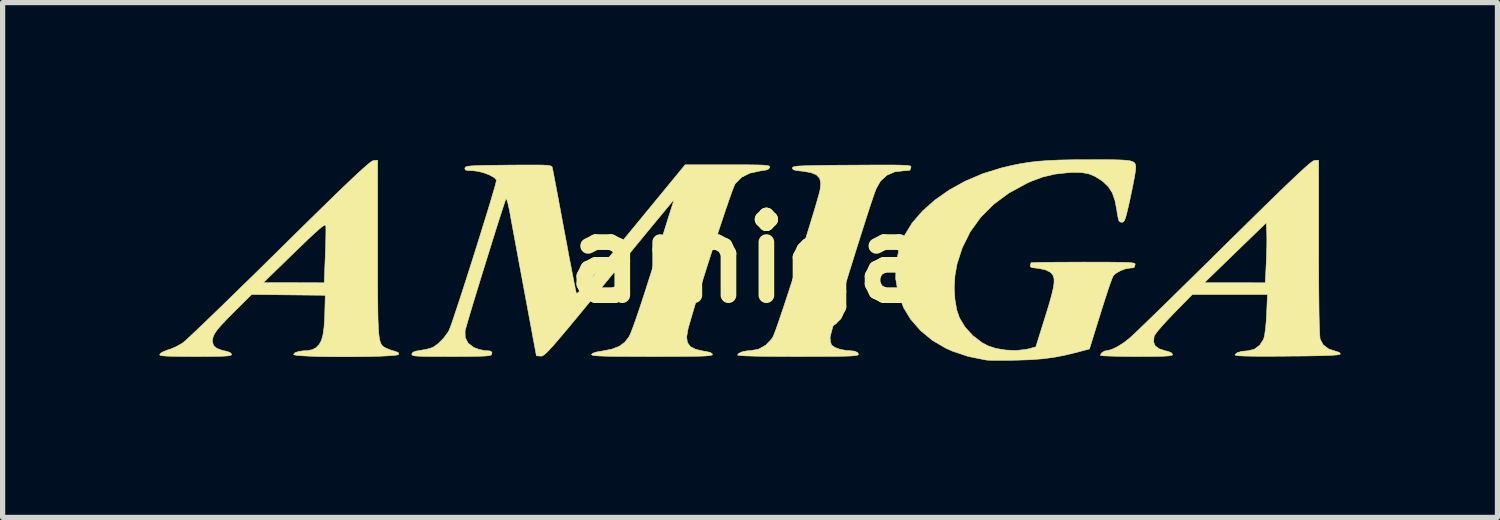
<source format=kicad_pcb>
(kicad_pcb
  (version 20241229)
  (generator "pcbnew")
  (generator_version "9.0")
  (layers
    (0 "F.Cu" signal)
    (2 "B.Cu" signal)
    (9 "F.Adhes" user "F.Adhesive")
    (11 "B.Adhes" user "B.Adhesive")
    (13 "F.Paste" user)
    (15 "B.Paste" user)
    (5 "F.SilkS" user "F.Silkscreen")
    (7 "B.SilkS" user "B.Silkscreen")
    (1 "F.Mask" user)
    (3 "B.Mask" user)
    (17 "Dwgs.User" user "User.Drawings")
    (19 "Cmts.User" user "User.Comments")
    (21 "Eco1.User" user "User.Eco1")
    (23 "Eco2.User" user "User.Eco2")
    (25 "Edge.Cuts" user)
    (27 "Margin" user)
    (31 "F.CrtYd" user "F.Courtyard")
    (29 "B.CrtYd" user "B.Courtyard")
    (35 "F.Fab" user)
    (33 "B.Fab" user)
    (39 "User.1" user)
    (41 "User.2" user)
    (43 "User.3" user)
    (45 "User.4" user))
  (footprint "amiga"
    (layer "F.Cu")
    (at 11.288 1.909)
    (property "Reference" "amiga" (at 0 0 0) (layer "F.SilkS") (effects (font (size 1.524 1.524) (thickness 0.3))))
    (attr through_hole)
    (fp_poly (pts (xy 2.676 -1.802) (xy 2.821 -1.801) (xy 2.929 -1.798) (xy 3.005 -1.794) (xy 3.055 -1.789) (xy 3.083 -1.782) (xy 3.094 -1.772) (xy 3.093 -1.762) (xy 3.078 -1.717) (xy 3.076 -1.705) (xy 3.051 -1.698) (xy 2.989 -1.693) (xy 2.97 -1.693) (xy 2.782 -1.671) (xy 2.629 -1.604) (xy 2.508 -1.491) (xy 2.431 -1.356) (xy 2.404 -1.288) (xy 2.365 -1.175) (xy 2.315 -1.025) (xy 2.255 -0.842) (xy 2.189 -0.635) (xy 2.117 -0.408) (xy 2.041 -0.169) (xy 1.965 0.076) (xy 1.889 0.32) (xy 1.816 0.558) (xy 1.748 0.783) (xy 1.687 0.989) (xy 1.634 1.169) (xy 1.591 1.316) (xy 1.562 1.425) (xy 1.547 1.489) (xy 1.545 1.5) (xy 1.552 1.581) (xy 1.574 1.643) (xy 1.578 1.648) (xy 1.639 1.69) (xy 1.737 1.725) (xy 1.85 1.746) (xy 1.91 1.75) (xy 2.019 1.761) (xy 2.078 1.792) (xy 2.088 1.823) (xy 2.081 1.833) (xy 2.055 1.841) (xy 2.007 1.848) (xy 1.93 1.853) (xy 1.822 1.857) (xy 1.677 1.86) (xy 1.489 1.861) (xy 1.256 1.862) (xy 0.971 1.863) (xy 0.931 1.863) (xy 0.598 1.862) (xy 0.322 1.86) (xy 0.101 1.856) (xy -0.063 1.851) (xy -0.17 1.845) (xy -0.221 1.837) (xy -0.226 1.834) (xy -0.2 1.801) (xy -0.134 1.772) (xy -0.043 1.754) (xy 0.024 1.75) (xy 0.175 1.723) (xy 0.312 1.647) (xy 0.424 1.531) (xy 0.455 1.482) (xy 0.477 1.429) (xy 0.514 1.33) (xy 0.563 1.19) (xy 0.622 1.015) (xy 0.69 0.813) (xy 0.763 0.59) (xy 0.84 0.353) (xy 0.919 0.108) (xy 0.997 -0.138) (xy 1.073 -0.379) (xy 1.144 -0.608) (xy 1.208 -0.818) (xy 1.264 -1.002) (xy 1.308 -1.155) (xy 1.34 -1.269) (xy 1.355 -1.334) (xy 1.367 -1.457) (xy 1.345 -1.549) (xy 1.283 -1.614) (xy 1.176 -1.657) (xy 1.02 -1.683) (xy 0.996 -1.685) (xy 0.896 -1.697) (xy 0.842 -1.712) (xy 0.824 -1.734) (xy 0.825 -1.747) (xy 0.831 -1.758) (xy 0.85 -1.768) (xy 0.887 -1.775) (xy 0.945 -1.782) (xy 1.031 -1.786) (xy 1.15 -1.79) (xy 1.305 -1.793) (xy 1.504 -1.796) (xy 1.75 -1.798) (xy 1.972 -1.799) (xy 2.257 -1.801) (xy 2.49 -1.802) (xy 2.676 -1.802)) (stroke (width 0.01) (type solid)) (fill yes) (layer "F.SilkS"))
    (fp_poly (pts (xy 10.894 -0.233) (xy 10.895 0.166) (xy 10.896 0.517) (xy 10.899 0.818) (xy 10.902 1.069) (xy 10.907 1.267) (xy 10.913 1.412) (xy 10.919 1.503) (xy 10.924 1.533) (xy 10.982 1.64) (xy 11.086 1.718) (xy 11.223 1.763) (xy 11.288 1.784) (xy 11.31 1.812) (xy 11.31 1.815) (xy 11.291 1.824) (xy 11.239 1.833) (xy 11.151 1.839) (xy 11.022 1.845) (xy 10.849 1.849) (xy 10.628 1.853) (xy 10.355 1.855) (xy 10.289 1.856) (xy 10.013 1.858) (xy 9.789 1.858) (xy 9.613 1.857) (xy 9.48 1.854) (xy 9.386 1.85) (xy 9.326 1.844) (xy 9.297 1.836) (xy 9.292 1.829) (xy 9.332 1.791) (xy 9.418 1.765) (xy 9.54 1.753) (xy 9.542 1.753) (xy 9.663 1.723) (xy 9.766 1.646) (xy 9.84 1.532) (xy 9.84 1.531) (xy 9.859 1.459) (xy 9.876 1.342) (xy 9.89 1.19) (xy 9.898 1.056) (xy 9.915 0.677) (xy 8.476 0.677) (xy 8.12 1.04) (xy 8 1.166) (xy 7.896 1.28) (xy 7.814 1.376) (xy 7.762 1.446) (xy 7.746 1.477) (xy 7.735 1.58) (xy 7.764 1.656) (xy 7.838 1.713) (xy 7.961 1.754) (xy 8.008 1.764) (xy 8.072 1.788) (xy 8.1 1.821) (xy 8.1 1.823) (xy 8.092 1.835) (xy 8.064 1.845) (xy 8.011 1.852) (xy 7.926 1.857) (xy 7.802 1.861) (xy 7.635 1.862) (xy 7.417 1.863) (xy 7.408 1.863) (xy 7.218 1.862) (xy 7.047 1.859) (xy 6.904 1.855) (xy 6.797 1.851) (xy 6.732 1.845) (xy 6.717 1.84) (xy 6.741 1.794) (xy 6.797 1.758) (xy 6.841 1.75) (xy 6.928 1.73) (xy 7.042 1.676) (xy 7.17 1.595) (xy 7.283 1.506) (xy 7.327 1.466) (xy 7.407 1.39) (xy 7.521 1.28) (xy 7.665 1.141) (xy 7.836 0.975) (xy 8.031 0.785) (xy 8.245 0.575) (xy 8.371 0.451) (xy 8.707 0.451) (xy 9.289 0.451) (xy 9.872 0.452) (xy 9.891 0.078) (xy 9.898 -0.084) (xy 9.902 -0.247) (xy 9.903 -0.392) (xy 9.901 -0.497) (xy 9.892 -0.697) (xy 9.299 -0.123) (xy 8.707 0.451) (xy 8.371 0.451) (xy 8.476 0.348) (xy 8.721 0.107) (xy 8.976 -0.144) (xy 9.091 -0.258) (xy 9.398 -0.56) (xy 9.667 -0.825) (xy 9.901 -1.054) (xy 10.102 -1.25) (xy 10.273 -1.415) (xy 10.416 -1.551) (xy 10.533 -1.661) (xy 10.627 -1.747) (xy 10.699 -1.81) (xy 10.753 -1.854) (xy 10.791 -1.88) (xy 10.815 -1.89) (xy 10.82 -1.891) (xy 10.894 -1.891) (xy 10.894 -0.233)) (stroke (width 0.01) (type solid)) (fill yes) (layer "F.SilkS"))
    (fp_poly (pts (xy -7.112 -0.213) (xy -7.112 0.154) (xy -7.112 0.468) (xy -7.11 0.734) (xy -7.108 0.957) (xy -7.105 1.14) (xy -7.099 1.287) (xy -7.092 1.404) (xy -7.082 1.493) (xy -7.069 1.56) (xy -7.053 1.608) (xy -7.034 1.643) (xy -7.011 1.667) (xy -6.983 1.686) (xy -6.952 1.702) (xy -6.863 1.739) (xy -6.782 1.762) (xy -6.718 1.786) (xy -6.707 1.82) (xy -6.707 1.822) (xy -6.739 1.834) (xy -6.818 1.843) (xy -6.938 1.851) (xy -7.09 1.858) (xy -7.267 1.863) (xy -7.462 1.866) (xy -7.666 1.867) (xy -7.872 1.867) (xy -8.072 1.865) (xy -8.258 1.862) (xy -8.423 1.856) (xy -8.559 1.849) (xy -8.658 1.841) (xy -8.712 1.83) (xy -8.721 1.824) (xy -8.694 1.791) (xy -8.624 1.766) (xy -8.52 1.752) (xy -8.453 1.75) (xy -8.363 1.732) (xy -8.29 1.694) (xy -8.232 1.634) (xy -8.188 1.556) (xy -8.158 1.449) (xy -8.138 1.305) (xy -8.126 1.116) (xy -8.124 1.058) (xy -8.114 0.691) (xy -9.523 0.676) (xy -9.858 1.008) (xy -10.001 1.153) (xy -10.108 1.266) (xy -10.183 1.354) (xy -10.232 1.426) (xy -10.26 1.487) (xy -10.272 1.545) (xy -10.273 1.578) (xy -10.252 1.652) (xy -10.188 1.708) (xy -10.074 1.748) (xy -10.012 1.761) (xy -9.937 1.785) (xy -9.906 1.819) (xy -9.906 1.822) (xy -9.913 1.835) (xy -9.939 1.845) (xy -9.989 1.852) (xy -10.07 1.857) (xy -10.188 1.86) (xy -10.35 1.862) (xy -10.56 1.863) (xy -10.6 1.863) (xy -10.828 1.862) (xy -11.005 1.86) (xy -11.134 1.856) (xy -11.221 1.85) (xy -11.269 1.841) (xy -11.283 1.831) (xy -11.283 1.829) (xy -11.263 1.799) (xy -11.218 1.772) (xy -11.137 1.74) (xy -11.077 1.721) (xy -10.985 1.683) (xy -10.882 1.627) (xy -10.837 1.599) (xy -10.798 1.566) (xy -10.722 1.496) (xy -10.612 1.393) (xy -10.472 1.26) (xy -10.305 1.099) (xy -10.113 0.914) (xy -9.9 0.707) (xy -9.67 0.482) (xy -9.636 0.449) (xy -9.299 0.449) (xy -8.717 0.45) (xy -8.134 0.452) (xy -8.114 -0.064) (xy -8.108 -0.232) (xy -8.104 -0.385) (xy -8.102 -0.511) (xy -8.102 -0.6) (xy -8.104 -0.64) (xy -8.112 -0.652) (xy -8.134 -0.648) (xy -8.173 -0.622) (xy -8.233 -0.573) (xy -8.318 -0.497) (xy -8.433 -0.39) (xy -8.58 -0.248) (xy -8.707 -0.126) (xy -9.299 0.449) (xy -9.636 0.449) (xy -9.425 0.243) (xy -9.169 -0.009) (xy -8.993 -0.182) (xy -8.678 -0.493) (xy -8.401 -0.765) (xy -8.159 -1.002) (xy -7.951 -1.205) (xy -7.773 -1.377) (xy -7.624 -1.519) (xy -7.5 -1.635) (xy -7.401 -1.726) (xy -7.324 -1.794) (xy -7.266 -1.842) (xy -7.225 -1.871) (xy -7.199 -1.885) (xy -7.194 -1.886) (xy -7.112 -1.894) (xy -7.112 -0.213)) (stroke (width 0.01) (type solid)) (fill yes) (layer "F.SilkS"))
    (fp_poly (pts (xy 6.931 -1.903) (xy 7.086 -1.899) (xy 7.202 -1.893) (xy 7.285 -1.882) (xy 7.339 -1.865) (xy 7.372 -1.842) (xy 7.388 -1.812) (xy 7.394 -1.774) (xy 7.394 -1.74) (xy 7.388 -1.684) (xy 7.372 -1.584) (xy 7.347 -1.452) (xy 7.316 -1.298) (xy 7.291 -1.179) (xy 7.253 -1.007) (xy 7.223 -0.882) (xy 7.2 -0.797) (xy 7.18 -0.745) (xy 7.161 -0.717) (xy 7.14 -0.707) (xy 7.126 -0.706) (xy 7.095 -0.711) (xy 7.073 -0.734) (xy 7.057 -0.786) (xy 7.04 -0.877) (xy 7.032 -0.937) (xy 6.996 -1.124) (xy 6.946 -1.268) (xy 6.874 -1.382) (xy 6.774 -1.478) (xy 6.742 -1.503) (xy 6.618 -1.582) (xy 6.498 -1.632) (xy 6.363 -1.657) (xy 6.198 -1.66) (xy 6.11 -1.656) (xy 5.847 -1.627) (xy 5.61 -1.571) (xy 5.374 -1.482) (xy 5.308 -1.451) (xy 4.966 -1.265) (xy 4.673 -1.048) (xy 4.427 -0.801) (xy 4.227 -0.524) (xy 4.073 -0.214) (xy 3.974 0.094) (xy 3.935 0.312) (xy 3.921 0.543) (xy 3.934 0.769) (xy 3.97 0.975) (xy 4.02 1.121) (xy 4.127 1.299) (xy 4.276 1.462) (xy 4.452 1.597) (xy 4.565 1.658) (xy 4.721 1.709) (xy 4.908 1.739) (xy 5.103 1.747) (xy 5.284 1.729) (xy 5.344 1.716) (xy 5.482 1.679) (xy 5.663 1.101) (xy 5.732 0.876) (xy 5.782 0.698) (xy 5.815 0.559) (xy 5.831 0.455) (xy 5.831 0.377) (xy 5.816 0.319) (xy 5.785 0.275) (xy 5.751 0.245) (xy 5.662 0.203) (xy 5.538 0.177) (xy 5.517 0.175) (xy 5.425 0.164) (xy 5.381 0.149) (xy 5.373 0.125) (xy 5.375 0.121) (xy 5.389 0.078) (xy 5.39 0.068) (xy 5.418 0.066) (xy 5.495 0.063) (xy 5.616 0.061) (xy 5.774 0.059) (xy 5.964 0.058) (xy 6.178 0.057) (xy 6.395 0.056) (xy 6.661 0.057) (xy 6.876 0.057) (xy 7.044 0.059) (xy 7.172 0.061) (xy 7.265 0.065) (xy 7.327 0.071) (xy 7.364 0.078) (xy 7.381 0.087) (xy 7.384 0.098) (xy 7.383 0.101) (xy 7.368 0.146) (xy 7.366 0.158) (xy 7.342 0.166) (xy 7.296 0.169) (xy 7.201 0.184) (xy 7.098 0.223) (xy 7.009 0.274) (xy 6.963 0.32) (xy 6.944 0.363) (xy 6.911 0.452) (xy 6.867 0.579) (xy 6.816 0.735) (xy 6.759 0.913) (xy 6.716 1.05) (xy 6.508 1.718) (xy 6.295 1.775) (xy 6.055 1.834) (xy 5.836 1.877) (xy 5.619 1.906) (xy 5.385 1.924) (xy 5.114 1.933) (xy 5.108 1.933) (xy 4.941 1.936) (xy 4.787 1.936) (xy 4.659 1.936) (xy 4.568 1.933) (xy 4.53 1.93) (xy 4.188 1.861) (xy 3.88 1.758) (xy 3.756 1.702) (xy 3.502 1.553) (xy 3.277 1.367) (xy 3.088 1.151) (xy 2.954 0.931) (xy 2.85 0.658) (xy 2.801 0.377) (xy 2.806 0.09) (xy 2.866 -0.196) (xy 2.968 -0.452) (xy 3.114 -0.69) (xy 3.31 -0.917) (xy 3.549 -1.13) (xy 3.825 -1.323) (xy 4.132 -1.493) (xy 4.463 -1.634) (xy 4.811 -1.742) (xy 4.828 -1.747) (xy 5.013 -1.791) (xy 5.185 -1.826) (xy 5.353 -1.853) (xy 5.528 -1.873) (xy 5.719 -1.887) (xy 5.937 -1.897) (xy 6.191 -1.902) (xy 6.48 -1.903) (xy 6.731 -1.904) (xy 6.931 -1.903)) (stroke (width 0.01) (type solid)) (fill yes) (layer "F.SilkS"))
    (fp_poly (pts (xy -0.178 -1.806) (xy 0.007 -1.805) (xy 0.147 -1.803) (xy 0.25 -1.8) (xy 0.319 -1.795) (xy 0.362 -1.788) (xy 0.383 -1.779) (xy 0.39 -1.767) (xy 0.39 -1.757) (xy 0.37 -1.726) (xy 0.317 -1.705) (xy 0.221 -1.69) (xy 0.207 -1.688) (xy 0.008 -1.645) (xy -0.15 -1.565) (xy -0.266 -1.447) (xy -0.273 -1.438) (xy -0.294 -1.392) (xy -0.33 -1.298) (xy -0.378 -1.163) (xy -0.436 -0.994) (xy -0.503 -0.796) (xy -0.576 -0.576) (xy -0.654 -0.341) (xy -0.733 -0.097) (xy -0.812 0.15) (xy -0.889 0.394) (xy -0.962 0.627) (xy -1.029 0.843) (xy -1.087 1.037) (xy -1.135 1.201) (xy -1.171 1.329) (xy -1.176 1.349) (xy -1.199 1.489) (xy -1.185 1.595) (xy -1.13 1.671) (xy -1.029 1.724) (xy -0.878 1.759) (xy -0.84 1.764) (xy -0.746 1.785) (xy -0.707 1.814) (xy -0.706 1.822) (xy -0.712 1.832) (xy -0.735 1.841) (xy -0.78 1.847) (xy -0.85 1.853) (xy -0.951 1.857) (xy -1.088 1.859) (xy -1.266 1.861) (xy -1.489 1.862) (xy -1.761 1.863) (xy -1.863 1.863) (xy -2.156 1.862) (xy -2.397 1.861) (xy -2.591 1.86) (xy -2.742 1.857) (xy -2.856 1.853) (xy -2.935 1.848) (xy -2.986 1.842) (xy -3.013 1.833) (xy -3.02 1.825) (xy -2.994 1.799) (xy -2.917 1.775) (xy -2.808 1.757) (xy -2.627 1.721) (xy -2.49 1.668) (xy -2.386 1.592) (xy -2.304 1.488) (xy -2.273 1.424) (xy -2.228 1.308) (xy -2.169 1.144) (xy -2.097 0.932) (xy -2.013 0.677) (xy -1.918 0.38) (xy -1.845 0.15) (xy -1.767 -0.101) (xy -1.693 -0.336) (xy -1.626 -0.549) (xy -1.568 -0.735) (xy -1.52 -0.888) (xy -1.483 -1.002) (xy -1.461 -1.073) (xy -1.454 -1.094) (xy -1.447 -1.126) (xy -1.449 -1.129) (xy -1.467 -1.108) (xy -1.519 -1.046) (xy -1.6 -0.948) (xy -1.709 -0.817) (xy -1.841 -0.657) (xy -1.995 -0.47) (xy -2.167 -0.261) (xy -2.355 -0.033) (xy -2.554 0.211) (xy -2.682 0.367) (xy -2.923 0.659) (xy -3.13 0.911) (xy -3.306 1.125) (xy -3.455 1.305) (xy -3.579 1.452) (xy -3.68 1.571) (xy -3.762 1.665) (xy -3.827 1.736) (xy -3.877 1.787) (xy -3.915 1.821) (xy -3.944 1.842) (xy -3.967 1.853) (xy -3.985 1.856) (xy -3.992 1.855) (xy -4.074 1.849) (xy -4.305 0.607) (xy -4.355 0.338) (xy -4.404 0.075) (xy -4.45 -0.172) (xy -4.491 -0.398) (xy -4.528 -0.594) (xy -4.557 -0.754) (xy -4.578 -0.87) (xy -4.586 -0.914) (xy -4.61 -1.029) (xy -4.631 -1.112) (xy -4.649 -1.153) (xy -4.657 -1.154) (xy -4.671 -1.115) (xy -4.7 -1.029) (xy -4.741 -0.902) (xy -4.793 -0.742) (xy -4.852 -0.555) (xy -4.917 -0.347) (xy -4.986 -0.125) (xy -5.057 0.103) (xy -5.128 0.332) (xy -5.196 0.554) (xy -5.26 0.762) (xy -5.317 0.951) (xy -5.365 1.113) (xy -5.403 1.242) (xy -5.428 1.33) (xy -5.439 1.371) (xy -5.436 1.5) (xy -5.381 1.606) (xy -5.277 1.687) (xy -5.266 1.692) (xy -5.169 1.728) (xy -5.072 1.748) (xy -5.048 1.75) (xy -4.963 1.756) (xy -4.926 1.778) (xy -4.929 1.82) (xy -4.93 1.823) (xy -4.943 1.835) (xy -4.977 1.845) (xy -5.036 1.852) (xy -5.127 1.857) (xy -5.256 1.86) (xy -5.429 1.862) (xy -5.651 1.863) (xy -5.706 1.863) (xy -5.933 1.862) (xy -6.11 1.862) (xy -6.243 1.86) (xy -6.337 1.856) (xy -6.4 1.851) (xy -6.437 1.843) (xy -6.454 1.833) (xy -6.458 1.819) (xy -6.458 1.813) (xy -6.436 1.781) (xy -6.378 1.759) (xy -6.287 1.744) (xy -6.182 1.725) (xy -6.088 1.699) (xy -6.047 1.683) (xy -5.951 1.614) (xy -5.851 1.513) (xy -5.769 1.403) (xy -5.746 1.363) (xy -5.725 1.311) (xy -5.69 1.214) (xy -5.644 1.078) (xy -5.588 0.909) (xy -5.523 0.713) (xy -5.453 0.496) (xy -5.379 0.265) (xy -5.302 0.025) (xy -5.226 -0.218) (xy -5.151 -0.456) (xy -5.08 -0.686) (xy -5.014 -0.899) (xy -4.956 -1.09) (xy -4.908 -1.253) (xy -4.87 -1.382) (xy -4.847 -1.471) (xy -4.838 -1.513) (xy -4.838 -1.515) (xy -4.88 -1.56) (xy -4.961 -1.606) (xy -5.067 -1.648) (xy -5.181 -1.679) (xy -5.287 -1.693) (xy -5.301 -1.693) (xy -5.388 -1.696) (xy -5.432 -1.707) (xy -5.443 -1.73) (xy -5.442 -1.743) (xy -5.435 -1.757) (xy -5.418 -1.768) (xy -5.384 -1.777) (xy -5.328 -1.784) (xy -5.242 -1.789) (xy -5.122 -1.793) (xy -4.961 -1.796) (xy -4.753 -1.798) (xy -4.609 -1.8) (xy -4.371 -1.802) (xy -4.184 -1.802) (xy -4.041 -1.802) (xy -3.936 -1.8) (xy -3.863 -1.795) (xy -3.816 -1.789) (xy -3.789 -1.779) (xy -3.775 -1.767) (xy -3.771 -1.757) (xy -3.763 -1.72) (xy -3.746 -1.632) (xy -3.721 -1.502) (xy -3.689 -1.334) (xy -3.652 -1.135) (xy -3.61 -0.911) (xy -3.565 -0.668) (xy -3.543 -0.55) (xy -3.496 -0.301) (xy -3.453 -0.068) (xy -3.412 0.143) (xy -3.377 0.326) (xy -3.348 0.474) (xy -3.326 0.581) (xy -3.312 0.642) (xy -3.309 0.653) (xy -3.295 0.653) (xy -3.263 0.627) (xy -3.211 0.575) (xy -3.136 0.494) (xy -3.037 0.381) (xy -2.912 0.234) (xy -2.758 0.051) (xy -2.573 -0.171) (xy -2.357 -0.433) (xy -2.258 -0.553) (xy -1.228 -1.806) (xy -0.414 -1.806) (xy -0.178 -1.806)) (stroke (width 0.01) (type solid)) (fill yes) (layer "F.SilkS")))
  (gr_rect
    (start -3 -3)
    (end 25.603 6.85)
    (stroke (width 0.1) (type default))
    (fill no)
    (layer "Edge.Cuts")))
</source>
